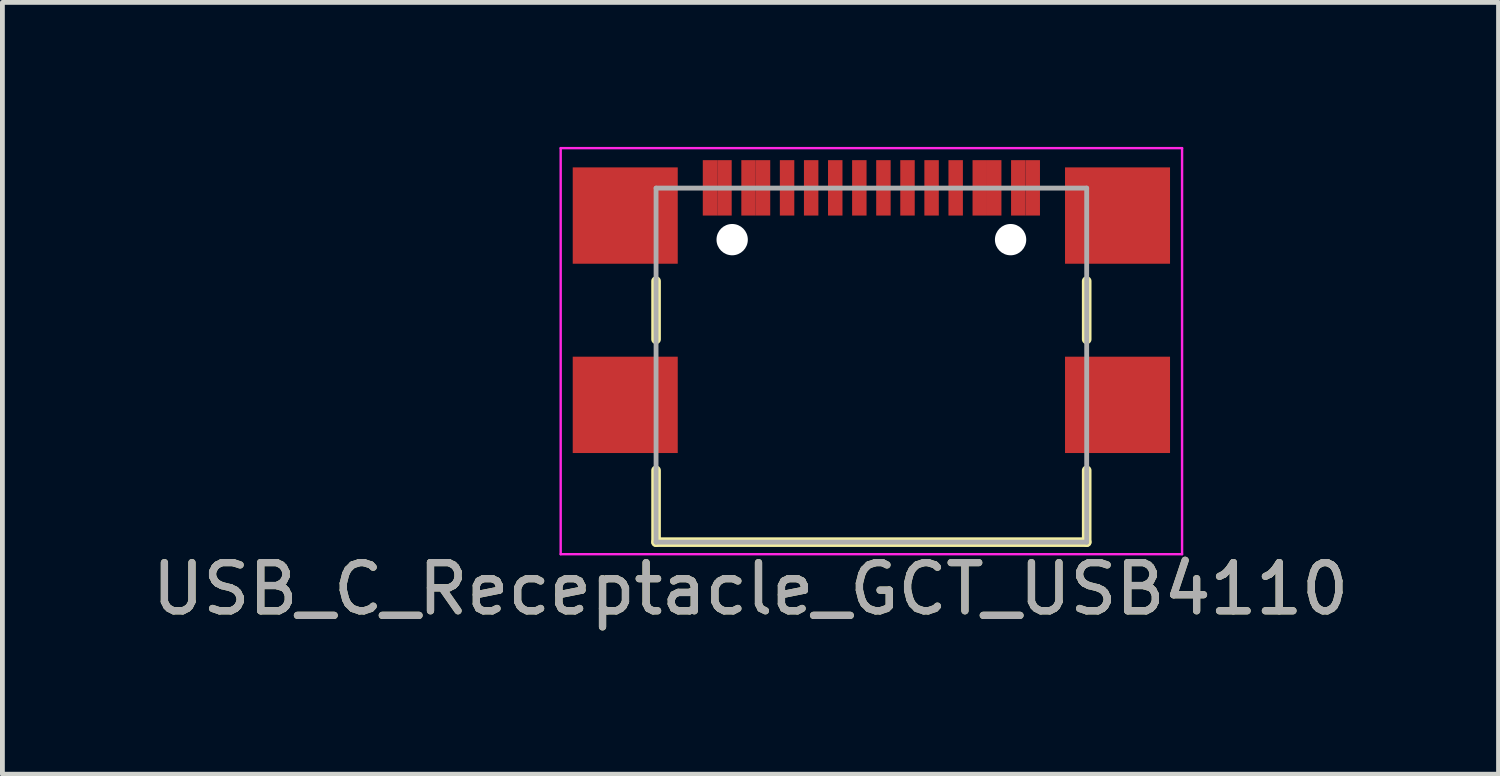
<source format=kicad_pcb>
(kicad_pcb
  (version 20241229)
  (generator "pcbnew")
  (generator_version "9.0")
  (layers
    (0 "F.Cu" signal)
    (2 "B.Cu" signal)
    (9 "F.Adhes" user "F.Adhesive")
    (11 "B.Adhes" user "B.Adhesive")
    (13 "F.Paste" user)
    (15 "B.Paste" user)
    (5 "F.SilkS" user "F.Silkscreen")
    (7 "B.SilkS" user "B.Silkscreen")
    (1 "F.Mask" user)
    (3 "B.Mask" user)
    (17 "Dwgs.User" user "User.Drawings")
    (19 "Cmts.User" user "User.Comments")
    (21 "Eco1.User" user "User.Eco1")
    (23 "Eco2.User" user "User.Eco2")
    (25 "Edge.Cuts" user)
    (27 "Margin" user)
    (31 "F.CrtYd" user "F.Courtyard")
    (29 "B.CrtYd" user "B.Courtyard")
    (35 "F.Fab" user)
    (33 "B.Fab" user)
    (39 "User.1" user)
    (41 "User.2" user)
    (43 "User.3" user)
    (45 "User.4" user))
  (footprint "USB_C_Receptacle_GCT_USB4110"
    (layer "F.Cu")
    (at 15.04 1.925)
    (property "Reference" "USB_C_Receptacle_GCT_USB4110" (at -2.51 7.25 0) (unlocked yes) (layer "F.SilkS") (effects (font (size 1 1) (thickness 0.15))))
    (attr smd)
    (fp_line (start -4.47 0.86) (end -4.47 2.07) (stroke (width 0.2) (type solid)) (layer "F.SilkS"))
    (fp_line (start -4.47 4.79) (end -4.47 6.28) (stroke (width 0.2) (type solid)) (layer "F.SilkS"))
    (fp_line (start -4.47 6.28) (end 4.47 6.28) (stroke (width 0.2) (type solid)) (layer "F.SilkS"))
    (fp_line (start 4.47 0.86) (end 4.47 2.07) (stroke (width 0.2) (type solid)) (layer "F.SilkS"))
    (fp_line (start 4.47 6.28) (end 4.47 4.79) (stroke (width 0.2) (type solid)) (layer "F.SilkS"))
    (fp_line (start -6.45 -1.9) (end 6.45 -1.9) (stroke (width 0.05) (type solid)) (layer "F.CrtYd"))
    (fp_line (start -6.45 6.53) (end -6.45 -1.9) (stroke (width 0.05) (type solid)) (layer "F.CrtYd"))
    (fp_line (start 6.45 -1.9) (end 6.45 6.53) (stroke (width 0.05) (type solid)) (layer "F.CrtYd"))
    (fp_line (start 6.45 6.53) (end -6.45 6.53) (stroke (width 0.05) (type solid)) (layer "F.CrtYd"))
    (fp_line (start -4.47 -1.07) (end -4.47 6.28) (stroke (width 0.1) (type solid)) (layer "F.Fab"))
    (fp_line (start -4.47 6.28) (end 4.47 6.28) (stroke (width 0.1) (type solid)) (layer "F.Fab"))
    (fp_line (start 4.47 -1.07) (end -4.47 -1.07) (stroke (width 0.1) (type solid)) (layer "F.Fab"))
    (fp_line (start 4.47 6.28) (end 4.47 -1.07) (stroke (width 0.1) (type solid)) (layer "F.Fab"))
    (fp_text user "${REFERENCE}" (at -2.51 7.25 0) (unlocked yes) (layer "F.Fab") (effects (font (size 1 1) (thickness 0.15))))
    (pad "" np_thru_hole circle (at -2.89 0) (size 0.65 0.65) (drill 0.65) (layers "*.Cu" "*.Mask"))
    (pad "" np_thru_hole circle (at 2.89 0) (size 0.65 0.65) (drill 0.65) (layers "*.Cu" "*.Mask"))
    (pad "A1" smd rect (at -3.35 -1.075) (size 0.3 1.15) (layers "F.Cu" "F.Mask" "F.Paste"))
    (pad "A4" smd rect (at -2.55 -1.075) (size 0.3 1.15) (layers "F.Cu" "F.Mask" "F.Paste"))
    (pad "A5" smd rect (at -1.25 -1.075) (size 0.3 1.15) (layers "F.Cu" "F.Mask" "F.Paste"))
    (pad "A6" smd rect (at -0.25 -1.075) (size 0.3 1.15) (layers "F.Cu" "F.Mask" "F.Paste"))
    (pad "A7" smd rect (at 0.25 -1.075) (size 0.3 1.15) (layers "F.Cu" "F.Mask" "F.Paste"))
    (pad "A8" smd rect (at 1.25 -1.075) (size 0.3 1.15) (layers "F.Cu" "F.Mask" "F.Paste"))
    (pad "A9" smd rect (at 2.55 -1.075) (size 0.3 1.15) (layers "F.Cu" "F.Mask" "F.Paste"))
    (pad "A12" smd rect (at 3.35 -1.075) (size 0.3 1.15) (layers "F.Cu" "F.Mask" "F.Paste"))
    (pad "B1" smd rect (at 3.05 -1.075) (size 0.3 1.15) (layers "F.Cu" "F.Mask" "F.Paste"))
    (pad "B4" smd rect (at 2.25 -1.075) (size 0.3 1.15) (layers "F.Cu" "F.Mask" "F.Paste"))
    (pad "B5" smd rect (at 1.75 -1.075) (size 0.3 1.15) (layers "F.Cu" "F.Mask" "F.Paste"))
    (pad "B6" smd rect (at 0.75 -1.075) (size 0.3 1.15) (layers "F.Cu" "F.Mask" "F.Paste"))
    (pad "B7" smd rect (at -0.75 -1.075) (size 0.3 1.15) (layers "F.Cu" "F.Mask" "F.Paste"))
    (pad "B8" smd rect (at -1.75 -1.075) (size 0.3 1.15) (layers "F.Cu" "F.Mask" "F.Paste"))
    (pad "B9" smd rect (at -2.25 -1.075) (size 0.3 1.15) (layers "F.Cu" "F.Mask" "F.Paste"))
    (pad "B12" smd rect (at -3.05 -1.075) (size 0.3 1.15) (layers "F.Cu" "F.Mask" "F.Paste"))
    (pad "S1" smd rect (at -5.11 -0.5) (size 2.18 2) (layers "F.Cu" "F.Mask" "F.Paste"))
    (pad "S1" smd rect (at -5.11 3.43) (size 2.18 2) (layers "F.Cu" "F.Mask" "F.Paste"))
    (pad "S1" smd rect (at 5.11 -0.5) (size 2.18 2) (layers "F.Cu" "F.Mask" "F.Paste"))
    (pad "S1" smd rect (at 5.11 3.43) (size 2.18 2) (layers "F.Cu" "F.Mask" "F.Paste")))
  (gr_rect
    (start -3 -3)
    (end 28.06 13.023)
    (stroke (width 0.1) (type default))
    (fill no)
    (layer "Edge.Cuts")))
</source>
